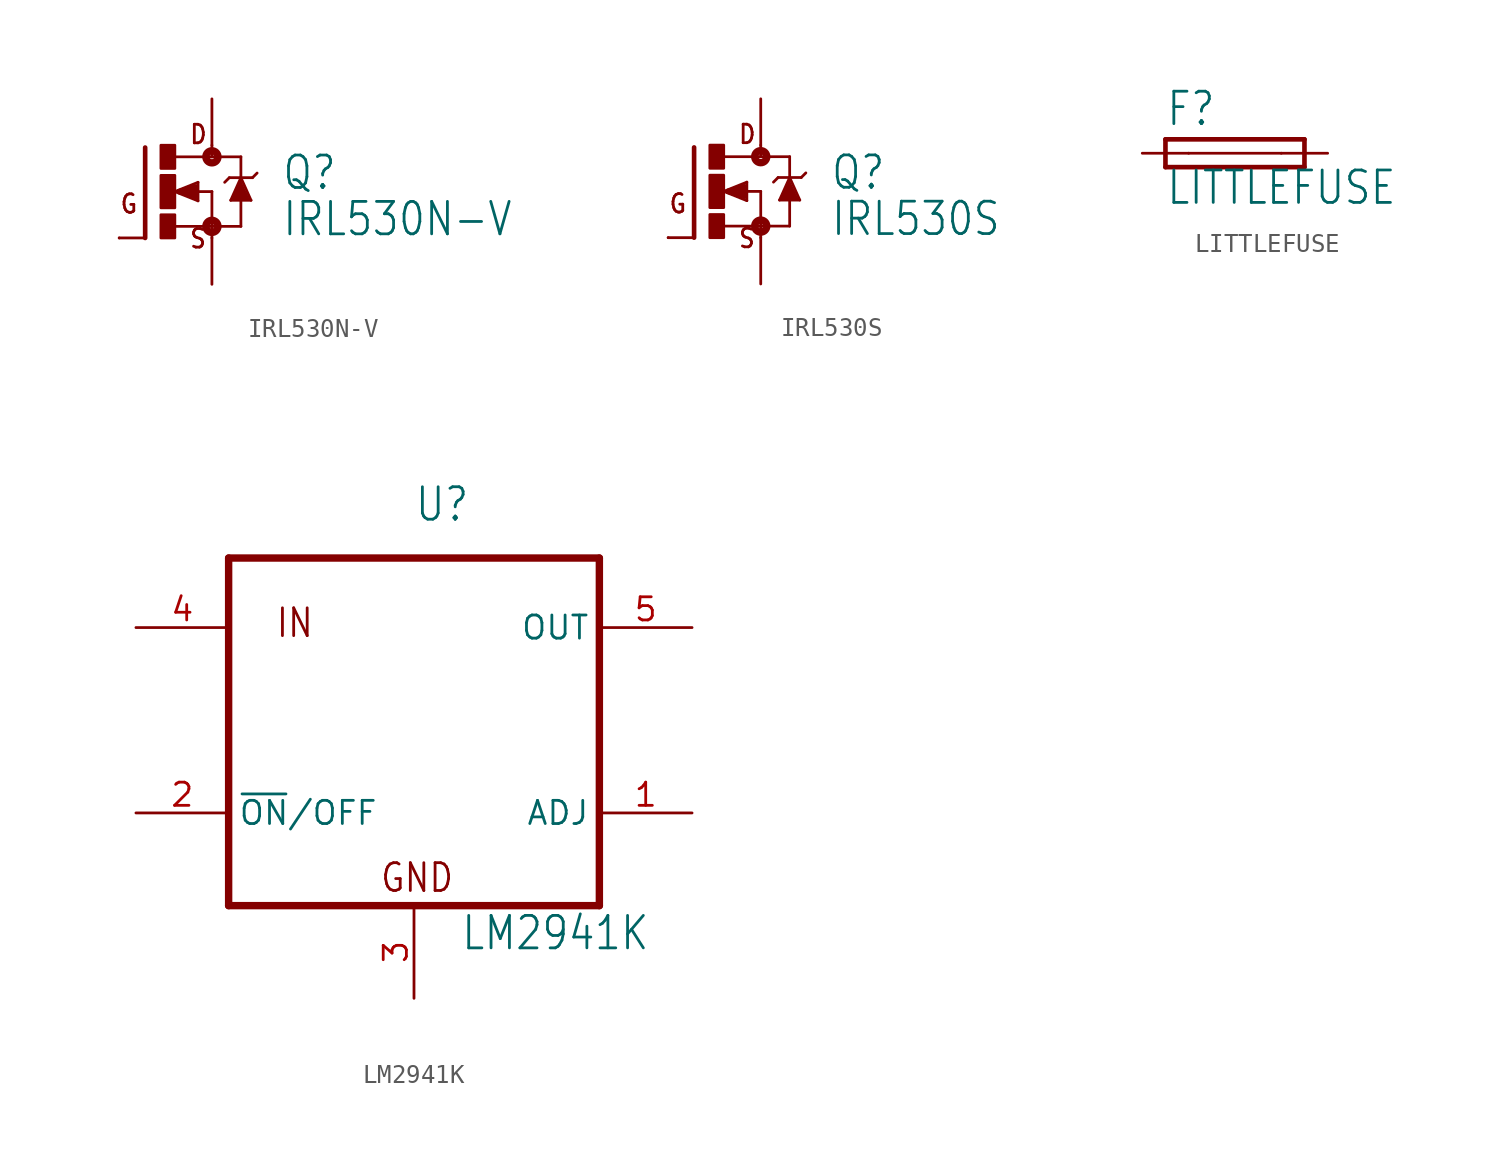
<source format=kicad_sym>
(kicad_symbol_lib
  (version 20211014)
  (generator kicad_symbol_editor)
  (symbol "IRL530N-V"
    (property "Reference" "Q"
      (at 6.35 0 0)
      (effects (font (size 1.778 1.511)) (justify left bottom)))
    (property "Value" "IRL530N-V"
      (at 6.35 -2.54 0)
      (effects (font (size 1.778 1.511)) (justify left bottom)))
    (property "ki_locked" ""
      (at 0 0 0)
      (effects (font (size 1.27 1.27))))
    (symbol "IRL530N-V_1_0"
      (rectangle (start -0.254 -2.54) (end 0.508 -1.27) (stroke (width 0) (type default) (color 0 0 0 0)) (fill (type outline)))
      (rectangle (start -0.254 -0.889) (end 0.508 0.889) (stroke (width 0) (type default) (color 0 0 0 0)) (fill (type outline)))
      (rectangle (start -0.254 1.27) (end 0.508 2.54) (stroke (width 0) (type default) (color 0 0 0 0)) (fill (type outline)))
      (polyline (pts (xy -1.118 -2.54) (xy -2.54 -2.54)) (stroke (width 0.152) (type default) (color 0 0 0 0)) (fill (type none)))
      (polyline (pts (xy -1.118 2.413) (xy -1.118 -2.54)) (stroke (width 0.254) (type default) (color 0 0 0 0)) (fill (type none)))
      (polyline (pts (xy 0.508 -1.905) (xy 2.54 -1.905)) (stroke (width 0.152) (type default) (color 0 0 0 0)) (fill (type none)))
      (polyline (pts (xy 0.508 0) (xy 1.778 -0.508)) (stroke (width 0.152) (type default) (color 0 0 0 0)) (fill (type none)))
      (polyline (pts (xy 0.762 0) (xy 1.651 -0.254)) (stroke (width 0.305) (type default) (color 0 0 0 0)) (fill (type none)))
      (polyline (pts (xy 1.651 -0.254) (xy 1.651 0)) (stroke (width 0.305) (type default) (color 0 0 0 0)) (fill (type none)))
      (polyline (pts (xy 1.651 0) (xy 1.397 0)) (stroke (width 0.305) (type default) (color 0 0 0 0)) (fill (type none)))
      (polyline (pts (xy 1.651 0) (xy 2.54 0)) (stroke (width 0.152) (type default) (color 0 0 0 0)) (fill (type none)))
      (polyline (pts (xy 1.651 0.254) (xy 0.762 0)) (stroke (width 0.305) (type default) (color 0 0 0 0)) (fill (type none)))
      (polyline (pts (xy 1.778 -0.508) (xy 1.778 0.508)) (stroke (width 0.152) (type default) (color 0 0 0 0)) (fill (type none)))
      (polyline (pts (xy 1.778 0.508) (xy 0.508 0)) (stroke (width 0.152) (type default) (color 0 0 0 0)) (fill (type none)))
      (polyline (pts (xy 2.54 -1.905) (xy 2.54 -2.54)) (stroke (width 0.152) (type default) (color 0 0 0 0)) (fill (type none)))
      (polyline (pts (xy 2.54 0) (xy 2.54 -1.905)) (stroke (width 0.152) (type default) (color 0 0 0 0)) (fill (type none)))
      (polyline (pts (xy 2.54 1.905) (xy 0.533 1.905)) (stroke (width 0.152) (type default) (color 0 0 0 0)) (fill (type none)))
      (polyline (pts (xy 2.54 1.905) (xy 4.128 1.905)) (stroke (width 0.152) (type default) (color 0 0 0 0)) (fill (type none)))
      (polyline (pts (xy 2.54 2.54) (xy 2.54 1.905)) (stroke (width 0.152) (type default) (color 0 0 0 0)) (fill (type none)))
      (polyline (pts (xy 3.493 0.762) (xy 3.239 0.508)) (stroke (width 0.152) (type default) (color 0 0 0 0)) (fill (type none)))
      (polyline (pts (xy 3.493 0.762) (xy 4.128 0.762)) (stroke (width 0.152) (type default) (color 0 0 0 0)) (fill (type none)))
      (polyline (pts (xy 3.572 -0.476) (xy 4.128 -0.476)) (stroke (width 0.152) (type default) (color 0 0 0 0)) (fill (type none)))
      (polyline (pts (xy 4.128 -1.905) (xy 2.54 -1.905)) (stroke (width 0.152) (type default) (color 0 0 0 0)) (fill (type none)))
      (polyline (pts (xy 4.128 -0.476) (xy 4.128 -1.905)) (stroke (width 0.152) (type default) (color 0 0 0 0)) (fill (type none)))
      (polyline (pts (xy 4.128 -0.476) (xy 4.683 -0.476)) (stroke (width 0.152) (type default) (color 0 0 0 0)) (fill (type none)))
      (polyline (pts (xy 4.128 0.762) (xy 3.572 -0.476)) (stroke (width 0.152) (type default) (color 0 0 0 0)) (fill (type none)))
      (polyline (pts (xy 4.128 0.762) (xy 4.763 0.762)) (stroke (width 0.152) (type default) (color 0 0 0 0)) (fill (type none)))
      (polyline (pts (xy 4.128 1.905) (xy 4.128 0.762)) (stroke (width 0.152) (type default) (color 0 0 0 0)) (fill (type none)))
      (polyline (pts (xy 4.683 -0.476) (xy 4.128 0.762)) (stroke (width 0.152) (type default) (color 0 0 0 0)) (fill (type none)))
      (polyline (pts (xy 4.763 0.762) (xy 5.016 1.016)) (stroke (width 0.152) (type default) (color 0 0 0 0)) (fill (type none)))
      (polyline (pts (xy 4.128 0.635) (xy 3.651 -0.397) (xy 4.604 -0.397)) (stroke (width 0) (type default) (color 0 0 0 0)) (fill (type outline)))
      (circle (center 2.54 -1.905) (radius 0.127) (stroke (width 0.406) (type default) (color 0 0 0 0)) (fill (type none)))
      (circle (center 2.54 1.905) (radius 0.127) (stroke (width 0.406) (type default) (color 0 0 0 0)) (fill (type none)))
      (text "D" (at 1.27 2.54 0) (effects (font (size 1.016 0.864)) (justify left bottom)))
      (text "G" (at -2.54 -1.27 0) (effects (font (size 1.016 0.864)) (justify left bottom)))
      (text "S" (at 1.27 -3.175 0) (effects (font (size 1.016 0.864)) (justify left bottom)))
      (pin passive line (at -2.54 -2.54 0) (length 0) (name "G" (effects (font (size 0 0)))) (number "1" (effects (font (size 0 0)))))
      (pin passive line (at 2.54 5.08 270) (length 2.54) (name "D" (effects (font (size 0 0)))) (number "2" (effects (font (size 0 0)))))
      (pin passive line (at 2.54 -5.08 90) (length 2.54) (name "S" (effects (font (size 0 0)))) (number "3" (effects (font (size 0 0)))))))
  (symbol "IRL530S"
    (property "Reference" "Q"
      (at 6.35 0 0)
      (effects (font (size 1.778 1.511)) (justify left bottom)))
    (property "Value" "IRL530S"
      (at 6.35 -2.54 0)
      (effects (font (size 1.778 1.511)) (justify left bottom)))
    (property "ki_locked" ""
      (at 0 0 0)
      (effects (font (size 1.27 1.27))))
    (symbol "IRL530S_1_0"
      (rectangle (start -0.254 -2.54) (end 0.508 -1.27) (stroke (width 0) (type default) (color 0 0 0 0)) (fill (type outline)))
      (rectangle (start -0.254 -0.889) (end 0.508 0.889) (stroke (width 0) (type default) (color 0 0 0 0)) (fill (type outline)))
      (rectangle (start -0.254 1.27) (end 0.508 2.54) (stroke (width 0) (type default) (color 0 0 0 0)) (fill (type outline)))
      (polyline (pts (xy -1.118 -2.54) (xy -2.54 -2.54)) (stroke (width 0.152) (type default) (color 0 0 0 0)) (fill (type none)))
      (polyline (pts (xy -1.118 2.413) (xy -1.118 -2.54)) (stroke (width 0.254) (type default) (color 0 0 0 0)) (fill (type none)))
      (polyline (pts (xy 0.508 -1.905) (xy 2.54 -1.905)) (stroke (width 0.152) (type default) (color 0 0 0 0)) (fill (type none)))
      (polyline (pts (xy 0.508 0) (xy 1.778 -0.508)) (stroke (width 0.152) (type default) (color 0 0 0 0)) (fill (type none)))
      (polyline (pts (xy 0.762 0) (xy 1.651 -0.254)) (stroke (width 0.305) (type default) (color 0 0 0 0)) (fill (type none)))
      (polyline (pts (xy 1.651 -0.254) (xy 1.651 0)) (stroke (width 0.305) (type default) (color 0 0 0 0)) (fill (type none)))
      (polyline (pts (xy 1.651 0) (xy 1.397 0)) (stroke (width 0.305) (type default) (color 0 0 0 0)) (fill (type none)))
      (polyline (pts (xy 1.651 0) (xy 2.54 0)) (stroke (width 0.152) (type default) (color 0 0 0 0)) (fill (type none)))
      (polyline (pts (xy 1.651 0.254) (xy 0.762 0)) (stroke (width 0.305) (type default) (color 0 0 0 0)) (fill (type none)))
      (polyline (pts (xy 1.778 -0.508) (xy 1.778 0.508)) (stroke (width 0.152) (type default) (color 0 0 0 0)) (fill (type none)))
      (polyline (pts (xy 1.778 0.508) (xy 0.508 0)) (stroke (width 0.152) (type default) (color 0 0 0 0)) (fill (type none)))
      (polyline (pts (xy 2.54 -1.905) (xy 2.54 -2.54)) (stroke (width 0.152) (type default) (color 0 0 0 0)) (fill (type none)))
      (polyline (pts (xy 2.54 0) (xy 2.54 -1.905)) (stroke (width 0.152) (type default) (color 0 0 0 0)) (fill (type none)))
      (polyline (pts (xy 2.54 1.905) (xy 0.533 1.905)) (stroke (width 0.152) (type default) (color 0 0 0 0)) (fill (type none)))
      (polyline (pts (xy 2.54 1.905) (xy 4.128 1.905)) (stroke (width 0.152) (type default) (color 0 0 0 0)) (fill (type none)))
      (polyline (pts (xy 2.54 2.54) (xy 2.54 1.905)) (stroke (width 0.152) (type default) (color 0 0 0 0)) (fill (type none)))
      (polyline (pts (xy 3.493 0.762) (xy 3.239 0.508)) (stroke (width 0.152) (type default) (color 0 0 0 0)) (fill (type none)))
      (polyline (pts (xy 3.493 0.762) (xy 4.128 0.762)) (stroke (width 0.152) (type default) (color 0 0 0 0)) (fill (type none)))
      (polyline (pts (xy 3.572 -0.476) (xy 4.128 -0.476)) (stroke (width 0.152) (type default) (color 0 0 0 0)) (fill (type none)))
      (polyline (pts (xy 4.128 -1.905) (xy 2.54 -1.905)) (stroke (width 0.152) (type default) (color 0 0 0 0)) (fill (type none)))
      (polyline (pts (xy 4.128 -0.476) (xy 4.128 -1.905)) (stroke (width 0.152) (type default) (color 0 0 0 0)) (fill (type none)))
      (polyline (pts (xy 4.128 -0.476) (xy 4.683 -0.476)) (stroke (width 0.152) (type default) (color 0 0 0 0)) (fill (type none)))
      (polyline (pts (xy 4.128 0.762) (xy 3.572 -0.476)) (stroke (width 0.152) (type default) (color 0 0 0 0)) (fill (type none)))
      (polyline (pts (xy 4.128 0.762) (xy 4.763 0.762)) (stroke (width 0.152) (type default) (color 0 0 0 0)) (fill (type none)))
      (polyline (pts (xy 4.128 1.905) (xy 4.128 0.762)) (stroke (width 0.152) (type default) (color 0 0 0 0)) (fill (type none)))
      (polyline (pts (xy 4.683 -0.476) (xy 4.128 0.762)) (stroke (width 0.152) (type default) (color 0 0 0 0)) (fill (type none)))
      (polyline (pts (xy 4.763 0.762) (xy 5.016 1.016)) (stroke (width 0.152) (type default) (color 0 0 0 0)) (fill (type none)))
      (polyline (pts (xy 4.128 0.635) (xy 3.651 -0.397) (xy 4.604 -0.397)) (stroke (width 0) (type default) (color 0 0 0 0)) (fill (type outline)))
      (circle (center 2.54 -1.905) (radius 0.127) (stroke (width 0.406) (type default) (color 0 0 0 0)) (fill (type none)))
      (circle (center 2.54 1.905) (radius 0.127) (stroke (width 0.406) (type default) (color 0 0 0 0)) (fill (type none)))
      (text "D" (at 1.27 2.54 0) (effects (font (size 1.016 0.864)) (justify left bottom)))
      (text "G" (at -2.54 -1.27 0) (effects (font (size 1.016 0.864)) (justify left bottom)))
      (text "S" (at 1.27 -3.175 0) (effects (font (size 1.016 0.864)) (justify left bottom)))
      (pin passive line (at -2.54 -2.54 0) (length 0) (name "G" (effects (font (size 0 0)))) (number "1" (effects (font (size 0 0)))))
      (pin passive line (at 2.54 5.08 270) (length 2.54) (name "D" (effects (font (size 0 0)))) (number "2" (effects (font (size 0 0)))))
      (pin passive line (at 2.54 -5.08 90) (length 2.54) (name "S" (effects (font (size 0 0)))) (number "3" (effects (font (size 0 0)))))))
  (symbol "LITTLEFUSE"
    (property "Reference" "F"
      (at -3.81 1.397 0)
      (effects (font (size 1.778 1.511)) (justify left bottom)))
    (property "Value" "LITTLEFUSE"
      (at -3.81 -2.921 0)
      (effects (font (size 1.778 1.511)) (justify left bottom)))
    (property "ki_locked" ""
      (at 0 0 0)
      (effects (font (size 1.27 1.27))))
    (symbol "LITTLEFUSE_1_0"
      (polyline (pts (xy -3.81 -0.762) (xy 3.81 -0.762)) (stroke (width 0.254) (type default) (color 0 0 0 0)) (fill (type none)))
      (polyline (pts (xy -3.81 0.762) (xy -3.81 -0.762)) (stroke (width 0.254) (type default) (color 0 0 0 0)) (fill (type none)))
      (polyline (pts (xy -2.54 0) (xy 2.54 0)) (stroke (width 0.152) (type default) (color 0 0 0 0)) (fill (type none)))
      (polyline (pts (xy 3.81 -0.762) (xy 3.81 0.762)) (stroke (width 0.254) (type default) (color 0 0 0 0)) (fill (type none)))
      (polyline (pts (xy 3.81 0.762) (xy -3.81 0.762)) (stroke (width 0.254) (type default) (color 0 0 0 0)) (fill (type none)))
      (pin passive line (at -5.08 0 0) (length 2.54) (name "1" (effects (font (size 0 0)))) (number "1" (effects (font (size 0 0)))))
      (pin passive line (at 5.08 0 180) (length 2.54) (name "2" (effects (font (size 0 0)))) (number "2" (effects (font (size 0 0)))))))
  (symbol "LM2941K"
    (property "Reference" "U"
      (at 0 10.795 0)
      (effects (font (size 1.778 1.511)) (justify left bottom)))
    (property "Value" "LM2941K"
      (at 2.54 -12.7 0)
      (effects (font (size 1.778 1.511)) (justify left bottom)))
    (property "ki_locked" ""
      (at 0 0 0)
      (effects (font (size 1.27 1.27))))
    (symbol "LM2941K_1_0"
      (polyline (pts (xy -10.16 -10.16) (xy -10.16 8.89)) (stroke (width 0.406) (type default) (color 0 0 0 0)) (fill (type none)))
      (polyline (pts (xy -10.16 8.89) (xy 10.16 8.89)) (stroke (width 0.406) (type default) (color 0 0 0 0)) (fill (type none)))
      (polyline (pts (xy 10.16 -10.16) (xy -10.16 -10.16)) (stroke (width 0.406) (type default) (color 0 0 0 0)) (fill (type none)))
      (polyline (pts (xy 10.16 8.89) (xy 10.16 -10.16)) (stroke (width 0.406) (type default) (color 0 0 0 0)) (fill (type none)))
      (text "GND" (at -1.905 -9.525 0) (effects (font (size 1.524 1.295)) (justify left bottom)))
      (text "IN" (at -7.62 4.445 0) (effects (font (size 1.524 1.295)) (justify left bottom)))
      (pin passive line (at 15.24 -5.08 180) (length 5.08) (name "ADJ" (effects (font (size 1.27 1.27)))) (number "1" (effects (font (size 1.27 1.27)))))
      (pin input line (at -15.24 -5.08 0) (length 5.08) (name "~{ON}/OFF" (effects (font (size 1.27 1.27)))) (number "2" (effects (font (size 1.27 1.27)))))
      (pin power_in line (at 0 -15.24 90) (length 5.08) (name "GND" (effects (font (size 0 0)))) (number "3" (effects (font (size 1.27 1.27)))))
      (pin passive line (at -15.24 5.08 0) (length 5.08) (name "IN" (effects (font (size 0 0)))) (number "4" (effects (font (size 1.27 1.27)))))
      (pin passive line (at 15.24 5.08 180) (length 5.08) (name "OUT" (effects (font (size 1.27 1.27)))) (number "5" (effects (font (size 1.27 1.27))))))))
</source>
